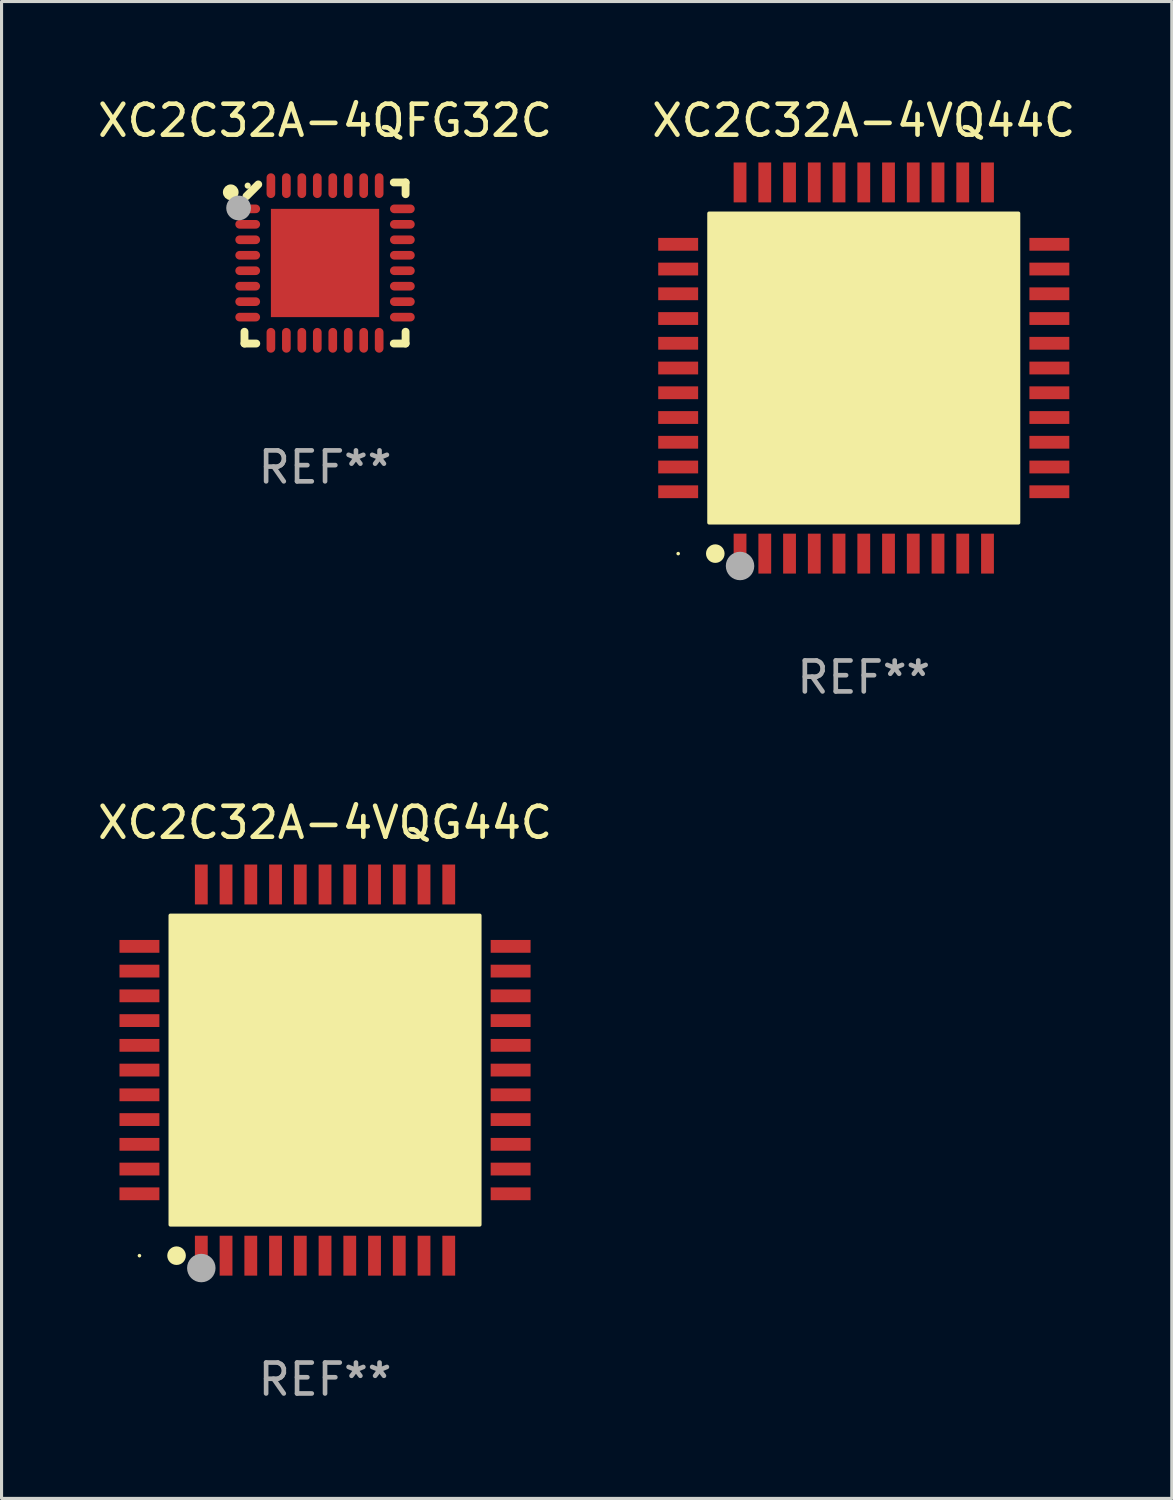
<source format=kicad_pcb>
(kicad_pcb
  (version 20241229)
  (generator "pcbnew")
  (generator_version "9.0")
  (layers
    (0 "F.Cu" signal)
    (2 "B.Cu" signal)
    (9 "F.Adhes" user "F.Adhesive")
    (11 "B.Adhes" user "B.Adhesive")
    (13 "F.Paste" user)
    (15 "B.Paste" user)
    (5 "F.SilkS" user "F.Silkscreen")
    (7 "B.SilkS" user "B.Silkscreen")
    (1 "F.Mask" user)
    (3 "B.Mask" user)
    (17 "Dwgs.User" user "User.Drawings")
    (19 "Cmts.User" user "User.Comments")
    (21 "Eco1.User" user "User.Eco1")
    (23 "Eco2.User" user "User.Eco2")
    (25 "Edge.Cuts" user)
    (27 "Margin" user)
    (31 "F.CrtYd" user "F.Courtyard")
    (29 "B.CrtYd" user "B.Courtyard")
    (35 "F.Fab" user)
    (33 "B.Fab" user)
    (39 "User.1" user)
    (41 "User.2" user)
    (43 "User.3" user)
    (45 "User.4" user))
  (footprint "XC2C32A-4QFG32C"
    (layer "F.Cu")
    (at 7.458 5.452)
    (property "Reference" "XC2C32A-4QFG32C" (at 0 -4.604 0) (layer "F.SilkS") (effects (font (size 1 1) (thickness 0.15))))
    (attr through_hole)
    (fp_line (start -2.604 2.223) (end -2.604 2.604) (stroke (width 0.254) (type solid)) (layer "F.SilkS"))
    (fp_line (start -2.604 2.604) (end -2.223 2.604) (stroke (width 0.254) (type solid)) (layer "F.SilkS"))
    (fp_line (start -2.159 -2.54) (end -2.54 -2.159) (stroke (width 0.254) (type solid)) (layer "F.SilkS"))
    (fp_line (start 2.223 2.604) (end 2.604 2.604) (stroke (width 0.254) (type solid)) (layer "F.SilkS"))
    (fp_line (start 2.604 -2.604) (end 2.223 -2.604) (stroke (width 0.254) (type solid)) (layer "F.SilkS"))
    (fp_line (start 2.604 -2.223) (end 2.604 -2.604) (stroke (width 0.254) (type solid)) (layer "F.SilkS"))
    (fp_line (start 2.604 2.604) (end 2.604 2.223) (stroke (width 0.254) (type solid)) (layer "F.SilkS"))
    (fp_circle (center -3.048 -2.286) (end -2.921 -2.286) (stroke (width 0.254) (type solid)) (fill no) (layer "F.SilkS"))
    (fp_circle (center -2.5 -2.5) (end -2.45 -2.5) (stroke (width 0.1) (type solid)) (fill no) (layer "F.SilkS"))
    (fp_circle (center -2.794 -1.778) (end -2.594 -1.778) (stroke (width 0.4) (type solid)) (fill no) (layer "F.Fab"))
    (fp_text user "REF**" (at 0 6.604 0) (layer "F.Fab") (effects (font (size 1 1) (thickness 0.15))))
    (pad "1" smd oval (at -2.5 -1.75) (size 0.8 0.28) (layers "F.Cu" "F.Mask" "F.Paste"))
    (pad "2" smd oval (at -2.5 -1.25) (size 0.8 0.28) (layers "F.Cu" "F.Mask" "F.Paste"))
    (pad "3" smd oval (at -2.5 -0.75) (size 0.8 0.28) (layers "F.Cu" "F.Mask" "F.Paste"))
    (pad "4" smd oval (at -2.5 -0.25) (size 0.8 0.28) (layers "F.Cu" "F.Mask" "F.Paste"))
    (pad "5" smd oval (at -2.5 0.25) (size 0.8 0.28) (layers "F.Cu" "F.Mask" "F.Paste"))
    (pad "6" smd oval (at -2.5 0.75) (size 0.8 0.28) (layers "F.Cu" "F.Mask" "F.Paste"))
    (pad "7" smd oval (at -2.5 1.25) (size 0.8 0.28) (layers "F.Cu" "F.Mask" "F.Paste"))
    (pad "8" smd oval (at -2.5 1.75) (size 0.8 0.28) (layers "F.Cu" "F.Mask" "F.Paste"))
    (pad "9" smd oval (at -1.75 2.5) (size 0.28 0.8) (layers "F.Cu" "F.Mask" "F.Paste"))
    (pad "10" smd oval (at -1.25 2.5) (size 0.28 0.8) (layers "F.Cu" "F.Mask" "F.Paste"))
    (pad "11" smd oval (at -0.75 2.5) (size 0.28 0.8) (layers "F.Cu" "F.Mask" "F.Paste"))
    (pad "12" smd oval (at -0.25 2.5) (size 0.28 0.8) (layers "F.Cu" "F.Mask" "F.Paste"))
    (pad "13" smd oval (at 0.25 2.5) (size 0.28 0.8) (layers "F.Cu" "F.Mask" "F.Paste"))
    (pad "14" smd oval (at 0.75 2.5) (size 0.28 0.8) (layers "F.Cu" "F.Mask" "F.Paste"))
    (pad "15" smd oval (at 1.25 2.5) (size 0.28 0.8) (layers "F.Cu" "F.Mask" "F.Paste"))
    (pad "16" smd oval (at 1.75 2.5) (size 0.28 0.8) (layers "F.Cu" "F.Mask" "F.Paste"))
    (pad "17" smd oval (at 2.5 1.75) (size 0.8 0.28) (layers "F.Cu" "F.Mask" "F.Paste"))
    (pad "18" smd oval (at 2.5 1.25) (size 0.8 0.28) (layers "F.Cu" "F.Mask" "F.Paste"))
    (pad "19" smd oval (at 2.5 0.75) (size 0.8 0.28) (layers "F.Cu" "F.Mask" "F.Paste"))
    (pad "20" smd oval (at 2.5 0.25) (size 0.8 0.28) (layers "F.Cu" "F.Mask" "F.Paste"))
    (pad "21" smd oval (at 2.5 -0.25) (size 0.8 0.28) (layers "F.Cu" "F.Mask" "F.Paste"))
    (pad "22" smd oval (at 2.5 -0.75) (size 0.8 0.28) (layers "F.Cu" "F.Mask" "F.Paste"))
    (pad "23" smd oval (at 2.5 -1.25) (size 0.8 0.28) (layers "F.Cu" "F.Mask" "F.Paste"))
    (pad "24" smd oval (at 2.5 -1.75) (size 0.8 0.28) (layers "F.Cu" "F.Mask" "F.Paste"))
    (pad "25" smd oval (at 1.75 -2.5) (size 0.28 0.8) (layers "F.Cu" "F.Mask" "F.Paste"))
    (pad "26" smd oval (at 1.25 -2.5) (size 0.28 0.8) (layers "F.Cu" "F.Mask" "F.Paste"))
    (pad "27" smd oval (at 0.75 -2.5) (size 0.28 0.8) (layers "F.Cu" "F.Mask" "F.Paste"))
    (pad "28" smd oval (at 0.25 -2.5) (size 0.28 0.8) (layers "F.Cu" "F.Mask" "F.Paste"))
    (pad "29" smd oval (at -0.25 -2.5) (size 0.28 0.8) (layers "F.Cu" "F.Mask" "F.Paste"))
    (pad "30" smd oval (at -0.75 -2.5) (size 0.28 0.8) (layers "F.Cu" "F.Mask" "F.Paste"))
    (pad "31" smd oval (at -1.25 -2.5) (size 0.28 0.8) (layers "F.Cu" "F.Mask" "F.Paste"))
    (pad "32" smd oval (at -1.75 -2.5) (size 0.28 0.8) (layers "F.Cu" "F.Mask" "F.Paste"))
    (pad "33" smd rect (at 0.000076 0.000076) (size 3.5 3.5) (layers "F.Cu" "F.Mask" "F.Paste")))
  (footprint "XC2C32A-4VQ44C"
    (layer "F.Cu")
    (at 24.875 8.848)
    (property "Reference" "XC2C32A-4VQ44C" (at 0 -8 0) (layer "F.SilkS") (effects (font (size 1 1) (thickness 0.15))))
    (attr through_hole)
    (fp_circle (center -6 6) (end -5.97 6) (stroke (width 0.06) (type solid)) (fill no) (layer "F.SilkS"))
    (fp_circle (center -4.8 6) (end -4.65 6) (stroke (width 0.3) (type solid)) (fill no) (layer "F.SilkS"))
    (fp_poly (pts (xy -5 -5) (xy 5 -5) (xy 5 5) (xy -5 5)) (stroke (width 0.12) (type solid)) (fill yes) (layer "F.SilkS"))
    (fp_circle (center -4 6.4) (end -3.77 6.4) (stroke (width 0.46) (type solid)) (fill no) (layer "F.Fab"))
    (fp_text user "REF**" (at 0 10 0) (layer "F.Fab") (effects (font (size 1 1) (thickness 0.15))))
    (pad "1" smd rect (at -4 6 90) (size 1.29 0.414) (layers "F.Cu" "F.Mask" "F.Paste"))
    (pad "2" smd rect (at -3.2 6 90) (size 1.29 0.414) (layers "F.Cu" "F.Mask" "F.Paste"))
    (pad "3" smd rect (at -2.4 6 90) (size 1.29 0.414) (layers "F.Cu" "F.Mask" "F.Paste"))
    (pad "4" smd rect (at -1.6 6 90) (size 1.29 0.414) (layers "F.Cu" "F.Mask" "F.Paste"))
    (pad "5" smd rect (at -0.8 6 90) (size 1.29 0.414) (layers "F.Cu" "F.Mask" "F.Paste"))
    (pad "6" smd rect (at 0 6 90) (size 1.29 0.414) (layers "F.Cu" "F.Mask" "F.Paste"))
    (pad "7" smd rect (at 0.8 6 90) (size 1.29 0.414) (layers "F.Cu" "F.Mask" "F.Paste"))
    (pad "8" smd rect (at 1.6 6 90) (size 1.29 0.414) (layers "F.Cu" "F.Mask" "F.Paste"))
    (pad "9" smd rect (at 2.4 6 90) (size 1.29 0.414) (layers "F.Cu" "F.Mask" "F.Paste"))
    (pad "10" smd rect (at 3.2 6 90) (size 1.29 0.414) (layers "F.Cu" "F.Mask" "F.Paste"))
    (pad "11" smd rect (at 4 6 90) (size 1.29 0.414) (layers "F.Cu" "F.Mask" "F.Paste"))
    (pad "12" smd rect (at 6 4 90) (size 0.414 1.29) (layers "F.Cu" "F.Mask" "F.Paste"))
    (pad "13" smd rect (at 6 3.2 90) (size 0.414 1.29) (layers "F.Cu" "F.Mask" "F.Paste"))
    (pad "14" smd rect (at 6 2.4 90) (size 0.414 1.29) (layers "F.Cu" "F.Mask" "F.Paste"))
    (pad "15" smd rect (at 6 1.6 90) (size 0.414 1.29) (layers "F.Cu" "F.Mask" "F.Paste"))
    (pad "16" smd rect (at 6 0.8 90) (size 0.414 1.29) (layers "F.Cu" "F.Mask" "F.Paste"))
    (pad "17" smd rect (at 6 0 90) (size 0.414 1.29) (layers "F.Cu" "F.Mask" "F.Paste"))
    (pad "18" smd rect (at 6 -0.8 90) (size 0.414 1.29) (layers "F.Cu" "F.Mask" "F.Paste"))
    (pad "19" smd rect (at 6 -1.6 90) (size 0.414 1.29) (layers "F.Cu" "F.Mask" "F.Paste"))
    (pad "20" smd rect (at 6 -2.4 90) (size 0.414 1.29) (layers "F.Cu" "F.Mask" "F.Paste"))
    (pad "21" smd rect (at 6 -3.2 90) (size 0.414 1.29) (layers "F.Cu" "F.Mask" "F.Paste"))
    (pad "22" smd rect (at 6 -4 90) (size 0.414 1.29) (layers "F.Cu" "F.Mask" "F.Paste"))
    (pad "23" smd rect (at 4 -6 90) (size 1.29 0.414) (layers "F.Cu" "F.Mask" "F.Paste"))
    (pad "24" smd rect (at 3.2 -6 90) (size 1.29 0.414) (layers "F.Cu" "F.Mask" "F.Paste"))
    (pad "25" smd rect (at 2.4 -6 90) (size 1.29 0.414) (layers "F.Cu" "F.Mask" "F.Paste"))
    (pad "26" smd rect (at 1.6 -6 90) (size 1.29 0.414) (layers "F.Cu" "F.Mask" "F.Paste"))
    (pad "27" smd rect (at 0.8 -6 90) (size 1.29 0.414) (layers "F.Cu" "F.Mask" "F.Paste"))
    (pad "28" smd rect (at 0 -6 90) (size 1.29 0.414) (layers "F.Cu" "F.Mask" "F.Paste"))
    (pad "29" smd rect (at -0.8 -6 90) (size 1.29 0.414) (layers "F.Cu" "F.Mask" "F.Paste"))
    (pad "30" smd rect (at -1.6 -6 90) (size 1.29 0.414) (layers "F.Cu" "F.Mask" "F.Paste"))
    (pad "31" smd rect (at -2.4 -6 90) (size 1.29 0.414) (layers "F.Cu" "F.Mask" "F.Paste"))
    (pad "32" smd rect (at -3.2 -6 90) (size 1.29 0.414) (layers "F.Cu" "F.Mask" "F.Paste"))
    (pad "33" smd rect (at -4 -6 90) (size 1.29 0.414) (layers "F.Cu" "F.Mask" "F.Paste"))
    (pad "34" smd rect (at -6 -4 180) (size 1.29 0.414) (layers "F.Cu" "F.Mask" "F.Paste"))
    (pad "35" smd rect (at -6 -3.2 180) (size 1.29 0.414) (layers "F.Cu" "F.Mask" "F.Paste"))
    (pad "36" smd rect (at -6 -2.4 180) (size 1.29 0.414) (layers "F.Cu" "F.Mask" "F.Paste"))
    (pad "37" smd rect (at -6 -1.6 180) (size 1.29 0.414) (layers "F.Cu" "F.Mask" "F.Paste"))
    (pad "38" smd rect (at -6 -0.8 180) (size 1.29 0.414) (layers "F.Cu" "F.Mask" "F.Paste"))
    (pad "39" smd rect (at -6 0 180) (size 1.29 0.414) (layers "F.Cu" "F.Mask" "F.Paste"))
    (pad "40" smd rect (at -6 0.8 180) (size 1.29 0.414) (layers "F.Cu" "F.Mask" "F.Paste"))
    (pad "41" smd rect (at -6 1.6 180) (size 1.29 0.414) (layers "F.Cu" "F.Mask" "F.Paste"))
    (pad "42" smd rect (at -6 2.4 180) (size 1.29 0.414) (layers "F.Cu" "F.Mask" "F.Paste"))
    (pad "43" smd rect (at -6 3.2 180) (size 1.29 0.414) (layers "F.Cu" "F.Mask" "F.Paste"))
    (pad "44" smd rect (at -6 4 180) (size 1.29 0.414) (layers "F.Cu" "F.Mask" "F.Paste")))
  (footprint "XC2C32A-4VQG44C"
    (layer "F.Cu")
    (at 7.458 31.545)
    (property "Reference" "XC2C32A-4VQG44C" (at 0 -8 0) (layer "F.SilkS") (effects (font (size 1 1) (thickness 0.15))))
    (attr through_hole)
    (fp_circle (center -6 6) (end -5.97 6) (stroke (width 0.06) (type solid)) (fill no) (layer "F.SilkS"))
    (fp_circle (center -4.8 6) (end -4.65 6) (stroke (width 0.3) (type solid)) (fill no) (layer "F.SilkS"))
    (fp_poly (pts (xy -5 -5) (xy 5 -5) (xy 5 5) (xy -5 5)) (stroke (width 0.12) (type solid)) (fill yes) (layer "F.SilkS"))
    (fp_circle (center -4 6.4) (end -3.77 6.4) (stroke (width 0.46) (type solid)) (fill no) (layer "F.Fab"))
    (fp_text user "REF**" (at 0 10 0) (layer "F.Fab") (effects (font (size 1 1) (thickness 0.15))))
    (pad "1" smd rect (at -4 6 90) (size 1.29 0.414) (layers "F.Cu" "F.Mask" "F.Paste"))
    (pad "2" smd rect (at -3.2 6 90) (size 1.29 0.414) (layers "F.Cu" "F.Mask" "F.Paste"))
    (pad "3" smd rect (at -2.4 6 90) (size 1.29 0.414) (layers "F.Cu" "F.Mask" "F.Paste"))
    (pad "4" smd rect (at -1.6 6 90) (size 1.29 0.414) (layers "F.Cu" "F.Mask" "F.Paste"))
    (pad "5" smd rect (at -0.8 6 90) (size 1.29 0.414) (layers "F.Cu" "F.Mask" "F.Paste"))
    (pad "6" smd rect (at 0 6 90) (size 1.29 0.414) (layers "F.Cu" "F.Mask" "F.Paste"))
    (pad "7" smd rect (at 0.8 6 90) (size 1.29 0.414) (layers "F.Cu" "F.Mask" "F.Paste"))
    (pad "8" smd rect (at 1.6 6 90) (size 1.29 0.414) (layers "F.Cu" "F.Mask" "F.Paste"))
    (pad "9" smd rect (at 2.4 6 90) (size 1.29 0.414) (layers "F.Cu" "F.Mask" "F.Paste"))
    (pad "10" smd rect (at 3.2 6 90) (size 1.29 0.414) (layers "F.Cu" "F.Mask" "F.Paste"))
    (pad "11" smd rect (at 4 6 90) (size 1.29 0.414) (layers "F.Cu" "F.Mask" "F.Paste"))
    (pad "12" smd rect (at 6 4 90) (size 0.414 1.29) (layers "F.Cu" "F.Mask" "F.Paste"))
    (pad "13" smd rect (at 6 3.2 90) (size 0.414 1.29) (layers "F.Cu" "F.Mask" "F.Paste"))
    (pad "14" smd rect (at 6 2.4 90) (size 0.414 1.29) (layers "F.Cu" "F.Mask" "F.Paste"))
    (pad "15" smd rect (at 6 1.6 90) (size 0.414 1.29) (layers "F.Cu" "F.Mask" "F.Paste"))
    (pad "16" smd rect (at 6 0.8 90) (size 0.414 1.29) (layers "F.Cu" "F.Mask" "F.Paste"))
    (pad "17" smd rect (at 6 0 90) (size 0.414 1.29) (layers "F.Cu" "F.Mask" "F.Paste"))
    (pad "18" smd rect (at 6 -0.8 90) (size 0.414 1.29) (layers "F.Cu" "F.Mask" "F.Paste"))
    (pad "19" smd rect (at 6 -1.6 90) (size 0.414 1.29) (layers "F.Cu" "F.Mask" "F.Paste"))
    (pad "20" smd rect (at 6 -2.4 90) (size 0.414 1.29) (layers "F.Cu" "F.Mask" "F.Paste"))
    (pad "21" smd rect (at 6 -3.2 90) (size 0.414 1.29) (layers "F.Cu" "F.Mask" "F.Paste"))
    (pad "22" smd rect (at 6 -4 90) (size 0.414 1.29) (layers "F.Cu" "F.Mask" "F.Paste"))
    (pad "23" smd rect (at 4 -6 90) (size 1.29 0.414) (layers "F.Cu" "F.Mask" "F.Paste"))
    (pad "24" smd rect (at 3.2 -6 90) (size 1.29 0.414) (layers "F.Cu" "F.Mask" "F.Paste"))
    (pad "25" smd rect (at 2.4 -6 90) (size 1.29 0.414) (layers "F.Cu" "F.Mask" "F.Paste"))
    (pad "26" smd rect (at 1.6 -6 90) (size 1.29 0.414) (layers "F.Cu" "F.Mask" "F.Paste"))
    (pad "27" smd rect (at 0.8 -6 90) (size 1.29 0.414) (layers "F.Cu" "F.Mask" "F.Paste"))
    (pad "28" smd rect (at 0 -6 90) (size 1.29 0.414) (layers "F.Cu" "F.Mask" "F.Paste"))
    (pad "29" smd rect (at -0.8 -6 90) (size 1.29 0.414) (layers "F.Cu" "F.Mask" "F.Paste"))
    (pad "30" smd rect (at -1.6 -6 90) (size 1.29 0.414) (layers "F.Cu" "F.Mask" "F.Paste"))
    (pad "31" smd rect (at -2.4 -6 90) (size 1.29 0.414) (layers "F.Cu" "F.Mask" "F.Paste"))
    (pad "32" smd rect (at -3.2 -6 90) (size 1.29 0.414) (layers "F.Cu" "F.Mask" "F.Paste"))
    (pad "33" smd rect (at -4 -6 90) (size 1.29 0.414) (layers "F.Cu" "F.Mask" "F.Paste"))
    (pad "34" smd rect (at -6 -4 180) (size 1.29 0.414) (layers "F.Cu" "F.Mask" "F.Paste"))
    (pad "35" smd rect (at -6 -3.2 180) (size 1.29 0.414) (layers "F.Cu" "F.Mask" "F.Paste"))
    (pad "36" smd rect (at -6 -2.4 180) (size 1.29 0.414) (layers "F.Cu" "F.Mask" "F.Paste"))
    (pad "37" smd rect (at -6 -1.6 180) (size 1.29 0.414) (layers "F.Cu" "F.Mask" "F.Paste"))
    (pad "38" smd rect (at -6 -0.8 180) (size 1.29 0.414) (layers "F.Cu" "F.Mask" "F.Paste"))
    (pad "39" smd rect (at -6 0 180) (size 1.29 0.414) (layers "F.Cu" "F.Mask" "F.Paste"))
    (pad "40" smd rect (at -6 0.8 180) (size 1.29 0.414) (layers "F.Cu" "F.Mask" "F.Paste"))
    (pad "41" smd rect (at -6 1.6 180) (size 1.29 0.414) (layers "F.Cu" "F.Mask" "F.Paste"))
    (pad "42" smd rect (at -6 2.4 180) (size 1.29 0.414) (layers "F.Cu" "F.Mask" "F.Paste"))
    (pad "43" smd rect (at -6 3.2 180) (size 1.29 0.414) (layers "F.Cu" "F.Mask" "F.Paste"))
    (pad "44" smd rect (at -6 4 180) (size 1.29 0.414) (layers "F.Cu" "F.Mask" "F.Paste")))
  (gr_rect
    (start -3 -3)
    (end 34.833 45.393)
    (stroke (width 0.1) (type default))
    (fill no)
    (layer "Edge.Cuts")))
</source>
